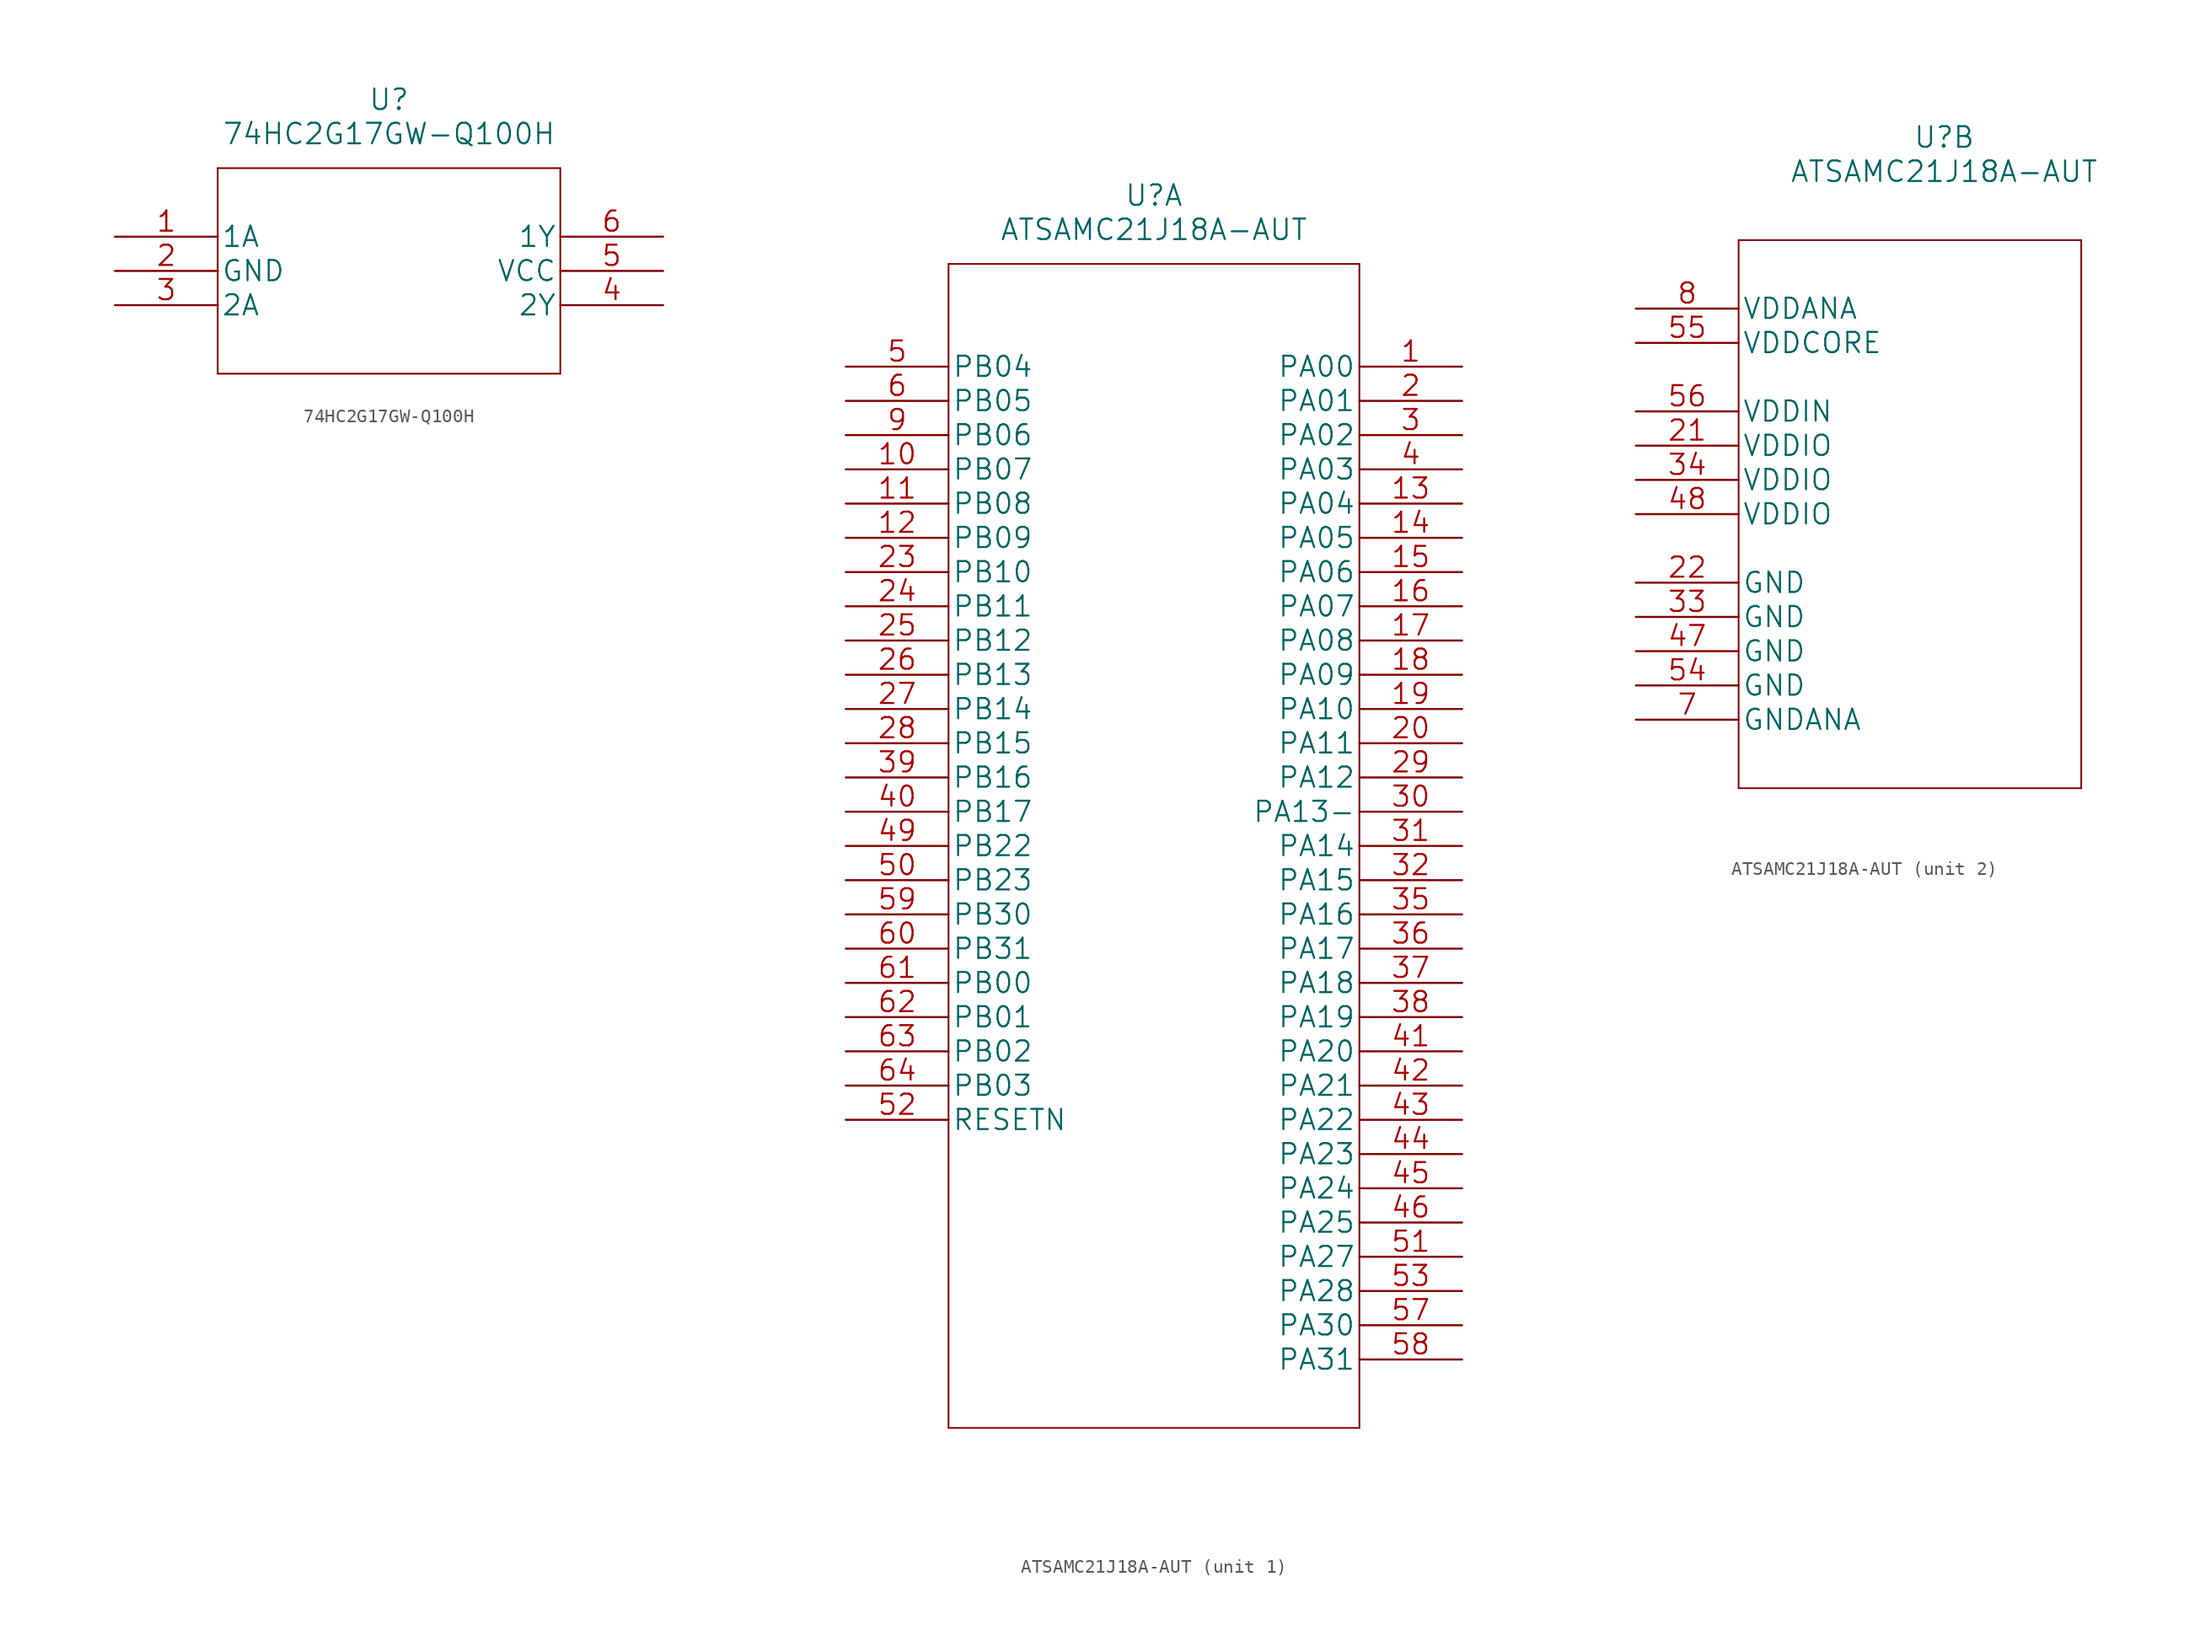
<source format=kicad_sym>
(kicad_symbol_lib
  (version 20211014)
  (generator kicad_symbol_editor)
  (symbol "74HC2G17GW-Q100H"
    (pin_names
      (offset 0.254))
    (property "Reference" "U"
      (at 20.32 10.16 0)
      (effects (font (size 1.524 1.524))))
    (property "Value" "74HC2G17GW-Q100H"
      (at 20.32 7.62 0)
      (effects (font (size 1.524 1.524))))
    (property "Datasheet" ""
      (at 0 0 0)
      (effects (font (size 1.524 1.524))))
    (property "ki_locked" ""
      (at 0 0 0)
      (effects (font (size 1.27 1.27))))
    (symbol "74HC2G17GW-Q100H_1_1"
      (polyline (pts (xy 7.62 -10.16) (xy 33.02 -10.16)) (stroke (width 0.127) (type default) (color 0 0 0 0)) (fill (type none)))
      (polyline (pts (xy 7.62 5.08) (xy 7.62 -10.16)) (stroke (width 0.127) (type default) (color 0 0 0 0)) (fill (type none)))
      (polyline (pts (xy 33.02 -10.16) (xy 33.02 5.08)) (stroke (width 0.127) (type default) (color 0 0 0 0)) (fill (type none)))
      (polyline (pts (xy 33.02 5.08) (xy 7.62 5.08)) (stroke (width 0.127) (type default) (color 0 0 0 0)) (fill (type none)))
      (pin input line (at 0 0 0) (length 7.62) (name "1A" (effects (font (size 1.499 1.499)))) (number "1" (effects (font (size 1.499 1.499)))))
      (pin power_in line (at 0 -2.54 0) (length 7.62) (name "GND" (effects (font (size 1.499 1.499)))) (number "2" (effects (font (size 1.499 1.499)))))
      (pin input line (at 0 -5.08 0) (length 7.62) (name "2A" (effects (font (size 1.499 1.499)))) (number "3" (effects (font (size 1.499 1.499)))))
      (pin output line (at 40.64 -5.08 180) (length 7.62) (name "2Y" (effects (font (size 1.499 1.499)))) (number "4" (effects (font (size 1.499 1.499)))))
      (pin power_in line (at 40.64 -2.54 180) (length 7.62) (name "VCC" (effects (font (size 1.499 1.499)))) (number "5" (effects (font (size 1.499 1.499)))))
      (pin output line (at 40.64 0 180) (length 7.62) (name "1Y" (effects (font (size 1.499 1.499)))) (number "6" (effects (font (size 1.499 1.499)))))))
  (symbol "ATSAMC21J18A-AUT"
    (pin_names
      (offset 0.254))
    (property "Reference" "U"
      (at 22.86 12.7 0)
      (effects (font (size 1.524 1.524))))
    (property "Value" "ATSAMC21J18A-AUT"
      (at 22.86 10.16 0)
      (effects (font (size 1.524 1.524))))
    (property "Datasheet" ""
      (at 0 0 0)
      (effects (font (size 1.524 1.524))))
    (symbol "ATSAMC21J18A-AUT_1_1"
      (polyline (pts (xy 7.62 -78.74) (xy 38.1 -78.74)) (stroke (width 0.127) (type default) (color 0 0 0 0)) (fill (type none)))
      (polyline (pts (xy 7.62 7.62) (xy 7.62 -78.74)) (stroke (width 0.127) (type default) (color 0 0 0 0)) (fill (type none)))
      (polyline (pts (xy 38.1 -78.74) (xy 38.1 7.62)) (stroke (width 0.127) (type default) (color 0 0 0 0)) (fill (type none)))
      (polyline (pts (xy 38.1 7.62) (xy 7.62 7.62)) (stroke (width 0.127) (type default) (color 0 0 0 0)) (fill (type none)))
      (pin bidirectional line (at 45.72 0 180) (length 7.62) (name "PA00" (effects (font (size 1.499 1.499)))) (number "1" (effects (font (size 1.499 1.499)))))
      (pin bidirectional line (at 0 -7.62 0) (length 7.62) (name "PB07" (effects (font (size 1.499 1.499)))) (number "10" (effects (font (size 1.499 1.499)))))
      (pin bidirectional line (at 0 -10.16 0) (length 7.62) (name "PB08" (effects (font (size 1.499 1.499)))) (number "11" (effects (font (size 1.499 1.499)))))
      (pin bidirectional line (at 0 -12.7 0) (length 7.62) (name "PB09" (effects (font (size 1.499 1.499)))) (number "12" (effects (font (size 1.499 1.499)))))
      (pin bidirectional line (at 45.72 -10.16 180) (length 7.62) (name "PA04" (effects (font (size 1.499 1.499)))) (number "13" (effects (font (size 1.499 1.499)))))
      (pin bidirectional line (at 45.72 -12.7 180) (length 7.62) (name "PA05" (effects (font (size 1.499 1.499)))) (number "14" (effects (font (size 1.499 1.499)))))
      (pin bidirectional line (at 45.72 -15.24 180) (length 7.62) (name "PA06" (effects (font (size 1.499 1.499)))) (number "15" (effects (font (size 1.499 1.499)))))
      (pin bidirectional line (at 45.72 -17.78 180) (length 7.62) (name "PA07" (effects (font (size 1.499 1.499)))) (number "16" (effects (font (size 1.499 1.499)))))
      (pin bidirectional line (at 45.72 -20.32 180) (length 7.62) (name "PA08" (effects (font (size 1.499 1.499)))) (number "17" (effects (font (size 1.499 1.499)))))
      (pin bidirectional line (at 45.72 -22.86 180) (length 7.62) (name "PA09" (effects (font (size 1.499 1.499)))) (number "18" (effects (font (size 1.499 1.499)))))
      (pin bidirectional line (at 45.72 -25.4 180) (length 7.62) (name "PA10" (effects (font (size 1.499 1.499)))) (number "19" (effects (font (size 1.499 1.499)))))
      (pin bidirectional line (at 45.72 -2.54 180) (length 7.62) (name "PA01" (effects (font (size 1.499 1.499)))) (number "2" (effects (font (size 1.499 1.499)))))
      (pin bidirectional line (at 45.72 -27.94 180) (length 7.62) (name "PA11" (effects (font (size 1.499 1.499)))) (number "20" (effects (font (size 1.499 1.499)))))
      (pin bidirectional line (at 0 -15.24 0) (length 7.62) (name "PB10" (effects (font (size 1.499 1.499)))) (number "23" (effects (font (size 1.499 1.499)))))
      (pin bidirectional line (at 0 -17.78 0) (length 7.62) (name "PB11" (effects (font (size 1.499 1.499)))) (number "24" (effects (font (size 1.499 1.499)))))
      (pin bidirectional line (at 0 -20.32 0) (length 7.62) (name "PB12" (effects (font (size 1.499 1.499)))) (number "25" (effects (font (size 1.499 1.499)))))
      (pin bidirectional line (at 0 -22.86 0) (length 7.62) (name "PB13" (effects (font (size 1.499 1.499)))) (number "26" (effects (font (size 1.499 1.499)))))
      (pin bidirectional line (at 0 -25.4 0) (length 7.62) (name "PB14" (effects (font (size 1.499 1.499)))) (number "27" (effects (font (size 1.499 1.499)))))
      (pin bidirectional line (at 0 -27.94 0) (length 7.62) (name "PB15" (effects (font (size 1.499 1.499)))) (number "28" (effects (font (size 1.499 1.499)))))
      (pin bidirectional line (at 45.72 -30.48 180) (length 7.62) (name "PA12" (effects (font (size 1.499 1.499)))) (number "29" (effects (font (size 1.499 1.499)))))
      (pin bidirectional line (at 45.72 -5.08 180) (length 7.62) (name "PA02" (effects (font (size 1.499 1.499)))) (number "3" (effects (font (size 1.499 1.499)))))
      (pin bidirectional line (at 45.72 -33.02 180) (length 7.62) (name "PA13-" (effects (font (size 1.499 1.499)))) (number "30" (effects (font (size 1.499 1.499)))))
      (pin bidirectional line (at 45.72 -35.56 180) (length 7.62) (name "PA14" (effects (font (size 1.499 1.499)))) (number "31" (effects (font (size 1.499 1.499)))))
      (pin bidirectional line (at 45.72 -38.1 180) (length 7.62) (name "PA15" (effects (font (size 1.499 1.499)))) (number "32" (effects (font (size 1.499 1.499)))))
      (pin bidirectional line (at 45.72 -40.64 180) (length 7.62) (name "PA16" (effects (font (size 1.499 1.499)))) (number "35" (effects (font (size 1.499 1.499)))))
      (pin bidirectional line (at 45.72 -43.18 180) (length 7.62) (name "PA17" (effects (font (size 1.499 1.499)))) (number "36" (effects (font (size 1.499 1.499)))))
      (pin bidirectional line (at 45.72 -45.72 180) (length 7.62) (name "PA18" (effects (font (size 1.499 1.499)))) (number "37" (effects (font (size 1.499 1.499)))))
      (pin bidirectional line (at 45.72 -48.26 180) (length 7.62) (name "PA19" (effects (font (size 1.499 1.499)))) (number "38" (effects (font (size 1.499 1.499)))))
      (pin bidirectional line (at 0 -30.48 0) (length 7.62) (name "PB16" (effects (font (size 1.499 1.499)))) (number "39" (effects (font (size 1.499 1.499)))))
      (pin bidirectional line (at 45.72 -7.62 180) (length 7.62) (name "PA03" (effects (font (size 1.499 1.499)))) (number "4" (effects (font (size 1.499 1.499)))))
      (pin bidirectional line (at 0 -33.02 0) (length 7.62) (name "PB17" (effects (font (size 1.499 1.499)))) (number "40" (effects (font (size 1.499 1.499)))))
      (pin bidirectional line (at 45.72 -50.8 180) (length 7.62) (name "PA20" (effects (font (size 1.499 1.499)))) (number "41" (effects (font (size 1.499 1.499)))))
      (pin bidirectional line (at 45.72 -53.34 180) (length 7.62) (name "PA21" (effects (font (size 1.499 1.499)))) (number "42" (effects (font (size 1.499 1.499)))))
      (pin bidirectional line (at 45.72 -55.88 180) (length 7.62) (name "PA22" (effects (font (size 1.499 1.499)))) (number "43" (effects (font (size 1.499 1.499)))))
      (pin bidirectional line (at 45.72 -58.42 180) (length 7.62) (name "PA23" (effects (font (size 1.499 1.499)))) (number "44" (effects (font (size 1.499 1.499)))))
      (pin bidirectional line (at 45.72 -60.96 180) (length 7.62) (name "PA24" (effects (font (size 1.499 1.499)))) (number "45" (effects (font (size 1.499 1.499)))))
      (pin bidirectional line (at 45.72 -63.5 180) (length 7.62) (name "PA25" (effects (font (size 1.499 1.499)))) (number "46" (effects (font (size 1.499 1.499)))))
      (pin bidirectional line (at 0 -35.56 0) (length 7.62) (name "PB22" (effects (font (size 1.499 1.499)))) (number "49" (effects (font (size 1.499 1.499)))))
      (pin bidirectional line (at 0 0 0) (length 7.62) (name "PB04" (effects (font (size 1.499 1.499)))) (number "5" (effects (font (size 1.499 1.499)))))
      (pin bidirectional line (at 0 -38.1 0) (length 7.62) (name "PB23" (effects (font (size 1.499 1.499)))) (number "50" (effects (font (size 1.499 1.499)))))
      (pin bidirectional line (at 45.72 -66.04 180) (length 7.62) (name "PA27" (effects (font (size 1.499 1.499)))) (number "51" (effects (font (size 1.499 1.499)))))
      (pin unspecified line (at 0 -55.88 0) (length 7.62) (name "RESETN" (effects (font (size 1.499 1.499)))) (number "52" (effects (font (size 1.499 1.499)))))
      (pin bidirectional line (at 45.72 -68.58 180) (length 7.62) (name "PA28" (effects (font (size 1.499 1.499)))) (number "53" (effects (font (size 1.499 1.499)))))
      (pin bidirectional line (at 45.72 -71.12 180) (length 7.62) (name "PA30" (effects (font (size 1.499 1.499)))) (number "57" (effects (font (size 1.499 1.499)))))
      (pin bidirectional line (at 45.72 -73.66 180) (length 7.62) (name "PA31" (effects (font (size 1.499 1.499)))) (number "58" (effects (font (size 1.499 1.499)))))
      (pin bidirectional line (at 0 -40.64 0) (length 7.62) (name "PB30" (effects (font (size 1.499 1.499)))) (number "59" (effects (font (size 1.499 1.499)))))
      (pin bidirectional line (at 0 -2.54 0) (length 7.62) (name "PB05" (effects (font (size 1.499 1.499)))) (number "6" (effects (font (size 1.499 1.499)))))
      (pin bidirectional line (at 0 -43.18 0) (length 7.62) (name "PB31" (effects (font (size 1.499 1.499)))) (number "60" (effects (font (size 1.499 1.499)))))
      (pin bidirectional line (at 0 -45.72 0) (length 7.62) (name "PB00" (effects (font (size 1.499 1.499)))) (number "61" (effects (font (size 1.499 1.499)))))
      (pin bidirectional line (at 0 -48.26 0) (length 7.62) (name "PB01" (effects (font (size 1.499 1.499)))) (number "62" (effects (font (size 1.499 1.499)))))
      (pin bidirectional line (at 0 -50.8 0) (length 7.62) (name "PB02" (effects (font (size 1.499 1.499)))) (number "63" (effects (font (size 1.499 1.499)))))
      (pin bidirectional line (at 0 -53.34 0) (length 7.62) (name "PB03" (effects (font (size 1.499 1.499)))) (number "64" (effects (font (size 1.499 1.499)))))
      (pin bidirectional line (at 0 -5.08 0) (length 7.62) (name "PB06" (effects (font (size 1.499 1.499)))) (number "9" (effects (font (size 1.499 1.499))))))
    (symbol "ATSAMC21J18A-AUT_2_1"
      (polyline (pts (xy 7.62 -35.56) (xy 33.02 -35.56)) (stroke (width 0.127) (type default) (color 0 0 0 0)) (fill (type none)))
      (polyline (pts (xy 7.62 5.08) (xy 7.62 -35.56)) (stroke (width 0.127) (type default) (color 0 0 0 0)) (fill (type none)))
      (polyline (pts (xy 33.02 -35.56) (xy 33.02 5.08)) (stroke (width 0.127) (type default) (color 0 0 0 0)) (fill (type none)))
      (polyline (pts (xy 33.02 5.08) (xy 7.62 5.08)) (stroke (width 0.127) (type default) (color 0 0 0 0)) (fill (type none)))
      (pin power_in line (at 0 -10.16 0) (length 7.62) (name "VDDIO" (effects (font (size 1.499 1.499)))) (number "21" (effects (font (size 1.499 1.499)))))
      (pin power_in line (at 0 -20.32 0) (length 7.62) (name "GND" (effects (font (size 1.499 1.499)))) (number "22" (effects (font (size 1.499 1.499)))))
      (pin power_in line (at 0 -22.86 0) (length 7.62) (name "GND" (effects (font (size 1.499 1.499)))) (number "33" (effects (font (size 1.499 1.499)))))
      (pin power_in line (at 0 -12.7 0) (length 7.62) (name "VDDIO" (effects (font (size 1.499 1.499)))) (number "34" (effects (font (size 1.499 1.499)))))
      (pin power_in line (at 0 -25.4 0) (length 7.62) (name "GND" (effects (font (size 1.499 1.499)))) (number "47" (effects (font (size 1.499 1.499)))))
      (pin power_in line (at 0 -15.24 0) (length 7.62) (name "VDDIO" (effects (font (size 1.499 1.499)))) (number "48" (effects (font (size 1.499 1.499)))))
      (pin power_in line (at 0 -27.94 0) (length 7.62) (name "GND" (effects (font (size 1.499 1.499)))) (number "54" (effects (font (size 1.499 1.499)))))
      (pin power_in line (at 0 -2.54 0) (length 7.62) (name "VDDCORE" (effects (font (size 1.499 1.499)))) (number "55" (effects (font (size 1.499 1.499)))))
      (pin power_in line (at 0 -7.62 0) (length 7.62) (name "VDDIN" (effects (font (size 1.499 1.499)))) (number "56" (effects (font (size 1.499 1.499)))))
      (pin power_in line (at 0 -30.48 0) (length 7.62) (name "GNDANA" (effects (font (size 1.499 1.499)))) (number "7" (effects (font (size 1.499 1.499)))))
      (pin power_in line (at 0 0 0) (length 7.62) (name "VDDANA" (effects (font (size 1.499 1.499)))) (number "8" (effects (font (size 1.499 1.499))))))))
</source>
